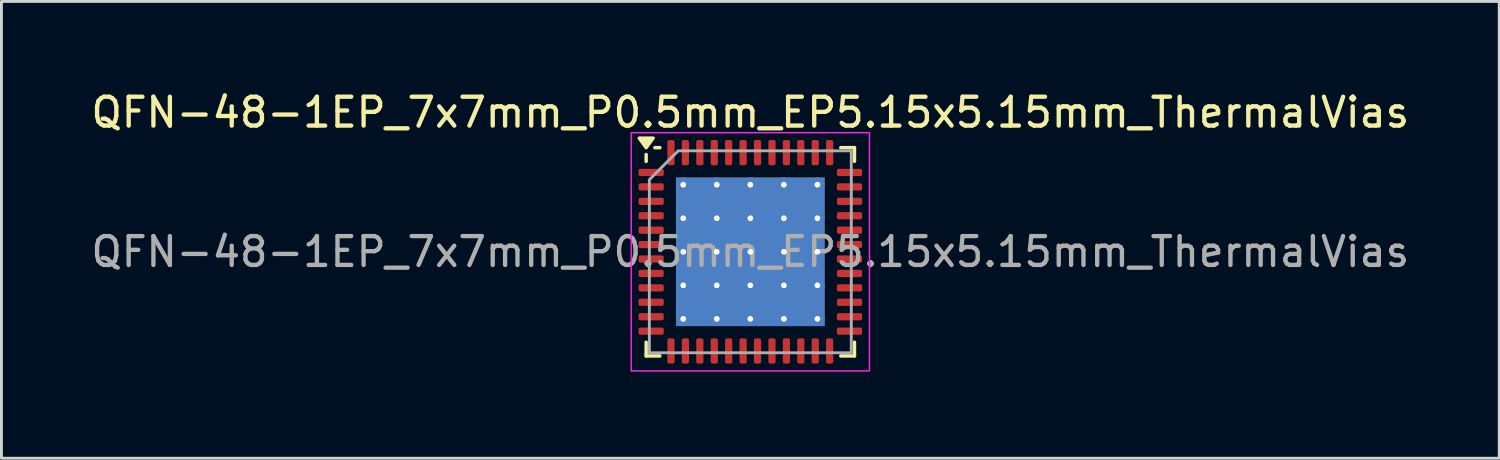
<source format=kicad_pcb>
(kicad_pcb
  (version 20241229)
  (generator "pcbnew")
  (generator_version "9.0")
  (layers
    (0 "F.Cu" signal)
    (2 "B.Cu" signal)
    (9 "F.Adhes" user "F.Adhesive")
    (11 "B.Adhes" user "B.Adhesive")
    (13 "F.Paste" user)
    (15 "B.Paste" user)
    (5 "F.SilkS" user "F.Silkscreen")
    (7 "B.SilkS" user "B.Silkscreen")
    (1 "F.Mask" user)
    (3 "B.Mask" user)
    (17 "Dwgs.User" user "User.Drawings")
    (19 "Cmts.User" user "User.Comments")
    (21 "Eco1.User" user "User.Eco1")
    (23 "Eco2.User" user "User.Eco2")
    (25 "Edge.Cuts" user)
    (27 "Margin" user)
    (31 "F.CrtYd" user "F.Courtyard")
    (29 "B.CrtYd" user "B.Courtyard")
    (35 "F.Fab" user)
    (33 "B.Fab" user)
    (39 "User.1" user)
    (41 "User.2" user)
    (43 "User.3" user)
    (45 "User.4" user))
  (footprint "QFN-48-1EP_7x7mm_P0.5mm_EP5.15x5.15mm_ThermalVias"
    (layer "F.Cu")
    (at 22.958 5.678)
    (property "Reference" "QFN-48-1EP_7x7mm_P0.5mm_EP5.15x5.15mm_ThermalVias" (at 0 -4.83 0) (layer "F.SilkS") (effects (font (size 1 1) (thickness 0.15))))
    (attr smd)
    (fp_line (start -3.61 -3.135) (end -3.61 -3.37) (stroke (width 0.12) (type solid)) (layer "F.SilkS"))
    (fp_line (start -3.61 3.61) (end -3.61 3.135) (stroke (width 0.12) (type solid)) (layer "F.SilkS"))
    (fp_line (start -3.135 -3.61) (end -3.31 -3.61) (stroke (width 0.12) (type solid)) (layer "F.SilkS"))
    (fp_line (start -3.135 3.61) (end -3.61 3.61) (stroke (width 0.12) (type solid)) (layer "F.SilkS"))
    (fp_line (start 3.135 -3.61) (end 3.61 -3.61) (stroke (width 0.12) (type solid)) (layer "F.SilkS"))
    (fp_line (start 3.135 3.61) (end 3.61 3.61) (stroke (width 0.12) (type solid)) (layer "F.SilkS"))
    (fp_line (start 3.61 -3.61) (end 3.61 -3.135) (stroke (width 0.12) (type solid)) (layer "F.SilkS"))
    (fp_line (start 3.61 3.61) (end 3.61 3.135) (stroke (width 0.12) (type solid)) (layer "F.SilkS"))
    (fp_poly (pts (xy -3.61 -3.61) (xy -3.85 -3.94) (xy -3.37 -3.94)) (stroke (width 0.12) (type solid)) (fill yes) (layer "F.SilkS"))
    (fp_rect (start -4.13 -4.13) (end 4.13 4.13) (stroke (width 0.05) (type solid)) (fill no) (layer "F.CrtYd"))
    (fp_poly (pts (xy -3.5 -2.5) (xy -3.5 3.5) (xy 3.5 3.5) (xy 3.5 -3.5) (xy -2.5 -3.5)) (stroke (width 0.1) (type solid)) (fill no) (layer "F.Fab"))
    (fp_text user "${REFERENCE}" (at 0 0 0) (layer "F.Fab") (effects (font (size 1 1) (thickness 0.15))))
    (pad "" smd roundrect (at -1.744 -1.744) (size 0.997 0.997) (layers "F.Paste") (roundrect_rratio 0.25))
    (pad "" smd roundrect (at -1.744 -0.581) (size 0.997 0.997) (layers "F.Paste") (roundrect_rratio 0.25))
    (pad "" smd roundrect (at -1.744 0.581) (size 0.997 0.997) (layers "F.Paste") (roundrect_rratio 0.25))
    (pad "" smd roundrect (at -1.744 1.744) (size 0.997 0.997) (layers "F.Paste") (roundrect_rratio 0.25))
    (pad "" smd roundrect (at -0.581 -1.744) (size 0.997 0.997) (layers "F.Paste") (roundrect_rratio 0.25))
    (pad "" smd roundrect (at -0.581 -0.581) (size 0.997 0.997) (layers "F.Paste") (roundrect_rratio 0.25))
    (pad "" smd roundrect (at -0.581 0.581) (size 0.997 0.997) (layers "F.Paste") (roundrect_rratio 0.25))
    (pad "" smd roundrect (at -0.581 1.744) (size 0.997 0.997) (layers "F.Paste") (roundrect_rratio 0.25))
    (pad "" smd roundrect (at 0.581 -1.744) (size 0.997 0.997) (layers "F.Paste") (roundrect_rratio 0.25))
    (pad "" smd roundrect (at 0.581 -0.581) (size 0.997 0.997) (layers "F.Paste") (roundrect_rratio 0.25))
    (pad "" smd roundrect (at 0.581 0.581) (size 0.997 0.997) (layers "F.Paste") (roundrect_rratio 0.25))
    (pad "" smd roundrect (at 0.581 1.744) (size 0.997 0.997) (layers "F.Paste") (roundrect_rratio 0.25))
    (pad "" smd roundrect (at 1.744 -1.744) (size 0.997 0.997) (layers "F.Paste") (roundrect_rratio 0.25))
    (pad "" smd roundrect (at 1.744 -0.581) (size 0.997 0.997) (layers "F.Paste") (roundrect_rratio 0.25))
    (pad "" smd roundrect (at 1.744 0.581) (size 0.997 0.997) (layers "F.Paste") (roundrect_rratio 0.25))
    (pad "" smd roundrect (at 1.744 1.744) (size 0.997 0.997) (layers "F.Paste") (roundrect_rratio 0.25))
    (pad "1" smd roundrect (at -3.438 -2.75) (size 0.875 0.25) (layers "F.Cu" "F.Mask" "F.Paste") (roundrect_rratio 0.25))
    (pad "2" smd roundrect (at -3.438 -2.25) (size 0.875 0.25) (layers "F.Cu" "F.Mask" "F.Paste") (roundrect_rratio 0.25))
    (pad "3" smd roundrect (at -3.438 -1.75) (size 0.875 0.25) (layers "F.Cu" "F.Mask" "F.Paste") (roundrect_rratio 0.25))
    (pad "4" smd roundrect (at -3.438 -1.25) (size 0.875 0.25) (layers "F.Cu" "F.Mask" "F.Paste") (roundrect_rratio 0.25))
    (pad "5" smd roundrect (at -3.438 -0.75) (size 0.875 0.25) (layers "F.Cu" "F.Mask" "F.Paste") (roundrect_rratio 0.25))
    (pad "6" smd roundrect (at -3.438 -0.25) (size 0.875 0.25) (layers "F.Cu" "F.Mask" "F.Paste") (roundrect_rratio 0.25))
    (pad "7" smd roundrect (at -3.438 0.25) (size 0.875 0.25) (layers "F.Cu" "F.Mask" "F.Paste") (roundrect_rratio 0.25))
    (pad "8" smd roundrect (at -3.438 0.75) (size 0.875 0.25) (layers "F.Cu" "F.Mask" "F.Paste") (roundrect_rratio 0.25))
    (pad "9" smd roundrect (at -3.438 1.25) (size 0.875 0.25) (layers "F.Cu" "F.Mask" "F.Paste") (roundrect_rratio 0.25))
    (pad "10" smd roundrect (at -3.438 1.75) (size 0.875 0.25) (layers "F.Cu" "F.Mask" "F.Paste") (roundrect_rratio 0.25))
    (pad "11" smd roundrect (at -3.438 2.25) (size 0.875 0.25) (layers "F.Cu" "F.Mask" "F.Paste") (roundrect_rratio 0.25))
    (pad "12" smd roundrect (at -3.438 2.75) (size 0.875 0.25) (layers "F.Cu" "F.Mask" "F.Paste") (roundrect_rratio 0.25))
    (pad "13" smd roundrect (at -2.75 3.438) (size 0.25 0.875) (layers "F.Cu" "F.Mask" "F.Paste") (roundrect_rratio 0.25))
    (pad "14" smd roundrect (at -2.25 3.438) (size 0.25 0.875) (layers "F.Cu" "F.Mask" "F.Paste") (roundrect_rratio 0.25))
    (pad "15" smd roundrect (at -1.75 3.438) (size 0.25 0.875) (layers "F.Cu" "F.Mask" "F.Paste") (roundrect_rratio 0.25))
    (pad "16" smd roundrect (at -1.25 3.438) (size 0.25 0.875) (layers "F.Cu" "F.Mask" "F.Paste") (roundrect_rratio 0.25))
    (pad "17" smd roundrect (at -0.75 3.438) (size 0.25 0.875) (layers "F.Cu" "F.Mask" "F.Paste") (roundrect_rratio 0.25))
    (pad "18" smd roundrect (at -0.25 3.438) (size 0.25 0.875) (layers "F.Cu" "F.Mask" "F.Paste") (roundrect_rratio 0.25))
    (pad "19" smd roundrect (at 0.25 3.438) (size 0.25 0.875) (layers "F.Cu" "F.Mask" "F.Paste") (roundrect_rratio 0.25))
    (pad "20" smd roundrect (at 0.75 3.438) (size 0.25 0.875) (layers "F.Cu" "F.Mask" "F.Paste") (roundrect_rratio 0.25))
    (pad "21" smd roundrect (at 1.25 3.438) (size 0.25 0.875) (layers "F.Cu" "F.Mask" "F.Paste") (roundrect_rratio 0.25))
    (pad "22" smd roundrect (at 1.75 3.438) (size 0.25 0.875) (layers "F.Cu" "F.Mask" "F.Paste") (roundrect_rratio 0.25))
    (pad "23" smd roundrect (at 2.25 3.438) (size 0.25 0.875) (layers "F.Cu" "F.Mask" "F.Paste") (roundrect_rratio 0.25))
    (pad "24" smd roundrect (at 2.75 3.438) (size 0.25 0.875) (layers "F.Cu" "F.Mask" "F.Paste") (roundrect_rratio 0.25))
    (pad "25" smd roundrect (at 3.438 2.75) (size 0.875 0.25) (layers "F.Cu" "F.Mask" "F.Paste") (roundrect_rratio 0.25))
    (pad "26" smd roundrect (at 3.438 2.25) (size 0.875 0.25) (layers "F.Cu" "F.Mask" "F.Paste") (roundrect_rratio 0.25))
    (pad "27" smd roundrect (at 3.438 1.75) (size 0.875 0.25) (layers "F.Cu" "F.Mask" "F.Paste") (roundrect_rratio 0.25))
    (pad "28" smd roundrect (at 3.438 1.25) (size 0.875 0.25) (layers "F.Cu" "F.Mask" "F.Paste") (roundrect_rratio 0.25))
    (pad "29" smd roundrect (at 3.438 0.75) (size 0.875 0.25) (layers "F.Cu" "F.Mask" "F.Paste") (roundrect_rratio 0.25))
    (pad "30" smd roundrect (at 3.438 0.25) (size 0.875 0.25) (layers "F.Cu" "F.Mask" "F.Paste") (roundrect_rratio 0.25))
    (pad "31" smd roundrect (at 3.438 -0.25) (size 0.875 0.25) (layers "F.Cu" "F.Mask" "F.Paste") (roundrect_rratio 0.25))
    (pad "32" smd roundrect (at 3.438 -0.75) (size 0.875 0.25) (layers "F.Cu" "F.Mask" "F.Paste") (roundrect_rratio 0.25))
    (pad "33" smd roundrect (at 3.438 -1.25) (size 0.875 0.25) (layers "F.Cu" "F.Mask" "F.Paste") (roundrect_rratio 0.25))
    (pad "34" smd roundrect (at 3.438 -1.75) (size 0.875 0.25) (layers "F.Cu" "F.Mask" "F.Paste") (roundrect_rratio 0.25))
    (pad "35" smd roundrect (at 3.438 -2.25) (size 0.875 0.25) (layers "F.Cu" "F.Mask" "F.Paste") (roundrect_rratio 0.25))
    (pad "36" smd roundrect (at 3.438 -2.75) (size 0.875 0.25) (layers "F.Cu" "F.Mask" "F.Paste") (roundrect_rratio 0.25))
    (pad "37" smd roundrect (at 2.75 -3.438) (size 0.25 0.875) (layers "F.Cu" "F.Mask" "F.Paste") (roundrect_rratio 0.25))
    (pad "38" smd roundrect (at 2.25 -3.438) (size 0.25 0.875) (layers "F.Cu" "F.Mask" "F.Paste") (roundrect_rratio 0.25))
    (pad "39" smd roundrect (at 1.75 -3.438) (size 0.25 0.875) (layers "F.Cu" "F.Mask" "F.Paste") (roundrect_rratio 0.25))
    (pad "40" smd roundrect (at 1.25 -3.438) (size 0.25 0.875) (layers "F.Cu" "F.Mask" "F.Paste") (roundrect_rratio 0.25))
    (pad "41" smd roundrect (at 0.75 -3.438) (size 0.25 0.875) (layers "F.Cu" "F.Mask" "F.Paste") (roundrect_rratio 0.25))
    (pad "42" smd roundrect (at 0.25 -3.438) (size 0.25 0.875) (layers "F.Cu" "F.Mask" "F.Paste") (roundrect_rratio 0.25))
    (pad "43" smd roundrect (at -0.25 -3.438) (size 0.25 0.875) (layers "F.Cu" "F.Mask" "F.Paste") (roundrect_rratio 0.25))
    (pad "44" smd roundrect (at -0.75 -3.438) (size 0.25 0.875) (layers "F.Cu" "F.Mask" "F.Paste") (roundrect_rratio 0.25))
    (pad "45" smd roundrect (at -1.25 -3.438) (size 0.25 0.875) (layers "F.Cu" "F.Mask" "F.Paste") (roundrect_rratio 0.25))
    (pad "46" smd roundrect (at -1.75 -3.438) (size 0.25 0.875) (layers "F.Cu" "F.Mask" "F.Paste") (roundrect_rratio 0.25))
    (pad "47" smd roundrect (at -2.25 -3.438) (size 0.25 0.875) (layers "F.Cu" "F.Mask" "F.Paste") (roundrect_rratio 0.25))
    (pad "48" smd roundrect (at -2.75 -3.438) (size 0.25 0.875) (layers "F.Cu" "F.Mask" "F.Paste") (roundrect_rratio 0.25))
    (pad "49" thru_hole circle (at -2.325 -2.325) (size 0.5 0.5) (drill 0.2) (property pad_prop_heatsink) (layers "*.Cu"))
    (pad "49" thru_hole circle (at -2.325 -1.163) (size 0.5 0.5) (drill 0.2) (property pad_prop_heatsink) (layers "*.Cu"))
    (pad "49" thru_hole circle (at -2.325 0) (size 0.5 0.5) (drill 0.2) (property pad_prop_heatsink) (layers "*.Cu"))
    (pad "49" thru_hole circle (at -2.325 1.163) (size 0.5 0.5) (drill 0.2) (property pad_prop_heatsink) (layers "*.Cu"))
    (pad "49" thru_hole circle (at -2.325 2.325) (size 0.5 0.5) (drill 0.2) (property pad_prop_heatsink) (layers "*.Cu"))
    (pad "49" thru_hole circle (at -1.163 -2.325) (size 0.5 0.5) (drill 0.2) (property pad_prop_heatsink) (layers "*.Cu"))
    (pad "49" thru_hole circle (at -1.163 -1.163) (size 0.5 0.5) (drill 0.2) (property pad_prop_heatsink) (layers "*.Cu"))
    (pad "49" thru_hole circle (at -1.163 0) (size 0.5 0.5) (drill 0.2) (property pad_prop_heatsink) (layers "*.Cu"))
    (pad "49" thru_hole circle (at -1.163 1.163) (size 0.5 0.5) (drill 0.2) (property pad_prop_heatsink) (layers "*.Cu"))
    (pad "49" thru_hole circle (at -1.163 2.325) (size 0.5 0.5) (drill 0.2) (property pad_prop_heatsink) (layers "*.Cu"))
    (pad "49" thru_hole circle (at 0 -2.325) (size 0.5 0.5) (drill 0.2) (property pad_prop_heatsink) (layers "*.Cu"))
    (pad "49" thru_hole circle (at 0 -1.163) (size 0.5 0.5) (drill 0.2) (property pad_prop_heatsink) (layers "*.Cu"))
    (pad "49" thru_hole circle (at 0 0) (size 0.5 0.5) (drill 0.2) (property pad_prop_heatsink) (layers "*.Cu"))
    (pad "49" smd rect (at 0 0) (size 5.15 5.15) (property pad_prop_heatsink) (layers "F.Cu" "F.Mask"))
    (pad "49" smd rect (at 0 0) (size 5.15 5.15) (property pad_prop_heatsink) (layers "B.Cu"))
    (pad "49" thru_hole circle (at 0 1.163) (size 0.5 0.5) (drill 0.2) (property pad_prop_heatsink) (layers "*.Cu"))
    (pad "49" thru_hole circle (at 0 2.325) (size 0.5 0.5) (drill 0.2) (property pad_prop_heatsink) (layers "*.Cu"))
    (pad "49" thru_hole circle (at 1.163 -2.325) (size 0.5 0.5) (drill 0.2) (property pad_prop_heatsink) (layers "*.Cu"))
    (pad "49" thru_hole circle (at 1.163 -1.163) (size 0.5 0.5) (drill 0.2) (property pad_prop_heatsink) (layers "*.Cu"))
    (pad "49" thru_hole circle (at 1.163 0) (size 0.5 0.5) (drill 0.2) (property pad_prop_heatsink) (layers "*.Cu"))
    (pad "49" thru_hole circle (at 1.163 1.163) (size 0.5 0.5) (drill 0.2) (property pad_prop_heatsink) (layers "*.Cu"))
    (pad "49" thru_hole circle (at 1.163 2.325) (size 0.5 0.5) (drill 0.2) (property pad_prop_heatsink) (layers "*.Cu"))
    (pad "49" thru_hole circle (at 2.325 -2.325) (size 0.5 0.5) (drill 0.2) (property pad_prop_heatsink) (layers "*.Cu"))
    (pad "49" thru_hole circle (at 2.325 -1.163) (size 0.5 0.5) (drill 0.2) (property pad_prop_heatsink) (layers "*.Cu"))
    (pad "49" thru_hole circle (at 2.325 0) (size 0.5 0.5) (drill 0.2) (property pad_prop_heatsink) (layers "*.Cu"))
    (pad "49" thru_hole circle (at 2.325 1.163) (size 0.5 0.5) (drill 0.2) (property pad_prop_heatsink) (layers "*.Cu"))
    (pad "49" thru_hole circle (at 2.325 2.325) (size 0.5 0.5) (drill 0.2) (property pad_prop_heatsink) (layers "*.Cu")))
  (gr_rect
    (start -3 -3)
    (end 48.917 12.833)
    (stroke (width 0.1) (type default))
    (fill no)
    (layer "Edge.Cuts")))
</source>
